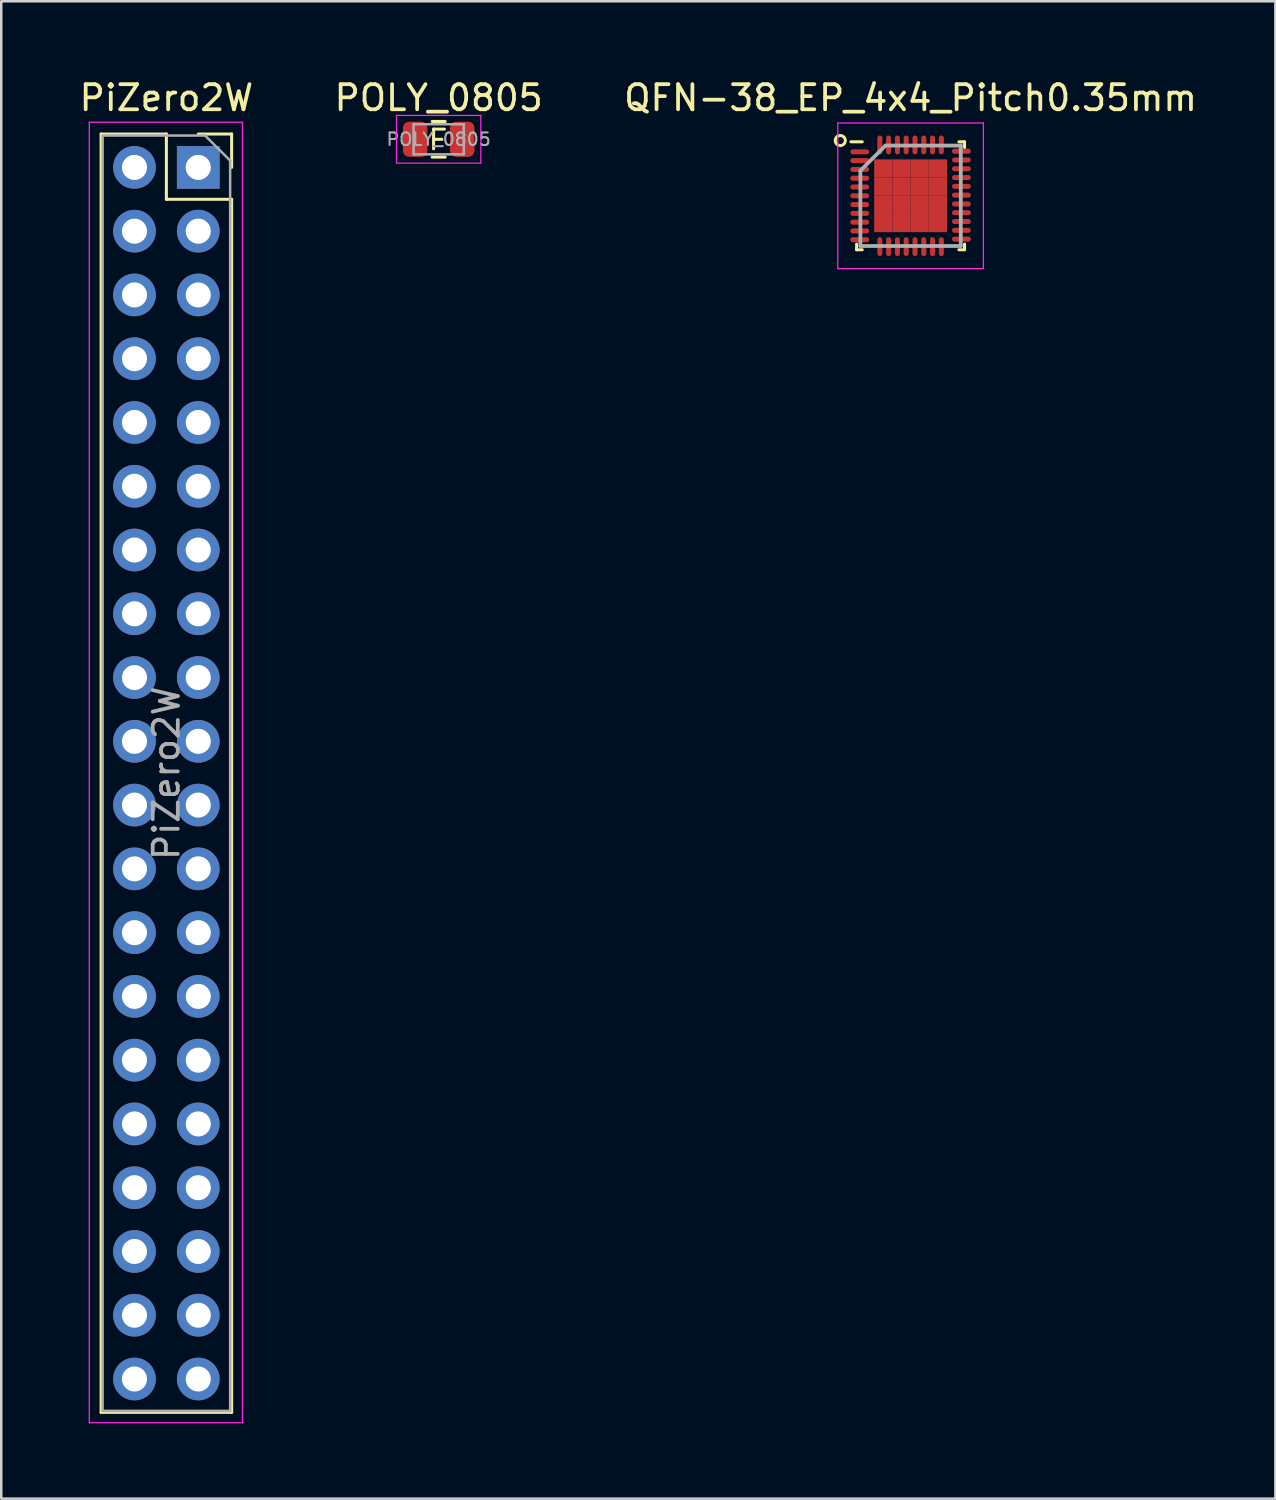
<source format=kicad_pcb>
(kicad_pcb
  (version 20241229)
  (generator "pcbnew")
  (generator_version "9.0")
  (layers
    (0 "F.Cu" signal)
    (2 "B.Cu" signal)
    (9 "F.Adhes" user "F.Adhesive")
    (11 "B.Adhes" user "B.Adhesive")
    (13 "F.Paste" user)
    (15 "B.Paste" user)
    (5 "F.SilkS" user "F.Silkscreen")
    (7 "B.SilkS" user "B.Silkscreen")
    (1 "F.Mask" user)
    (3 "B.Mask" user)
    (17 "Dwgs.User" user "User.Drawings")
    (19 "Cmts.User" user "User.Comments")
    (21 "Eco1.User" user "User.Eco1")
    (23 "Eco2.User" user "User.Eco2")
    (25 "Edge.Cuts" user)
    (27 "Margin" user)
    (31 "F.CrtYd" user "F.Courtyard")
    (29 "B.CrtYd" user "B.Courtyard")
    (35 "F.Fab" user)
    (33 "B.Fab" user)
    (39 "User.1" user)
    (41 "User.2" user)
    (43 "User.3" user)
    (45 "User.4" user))
  (footprint "PiZero2W"
    (layer "F.Cu")
    (at 4.847 3.618)
    (property "Reference" "PiZero2W" (at -1.27 -2.77 0) (layer "F.SilkS") (effects (font (size 1 1) (thickness 0.15))))
    (attr through_hole)
    (fp_line (start -3.87 -1.33) (end -3.87 49.59) (stroke (width 0.12) (type solid)) (layer "F.SilkS"))
    (fp_line (start -3.87 -1.33) (end -1.27 -1.33) (stroke (width 0.12) (type solid)) (layer "F.SilkS"))
    (fp_line (start -3.87 49.59) (end 1.33 49.59) (stroke (width 0.12) (type solid)) (layer "F.SilkS"))
    (fp_line (start -1.27 -1.33) (end -1.27 1.27) (stroke (width 0.12) (type solid)) (layer "F.SilkS"))
    (fp_line (start -1.27 1.27) (end 1.33 1.27) (stroke (width 0.12) (type solid)) (layer "F.SilkS"))
    (fp_line (start 0 -1.33) (end 1.33 -1.33) (stroke (width 0.12) (type solid)) (layer "F.SilkS"))
    (fp_line (start 1.33 -1.33) (end 1.33 0) (stroke (width 0.12) (type solid)) (layer "F.SilkS"))
    (fp_line (start 1.33 1.27) (end 1.33 49.59) (stroke (width 0.12) (type solid)) (layer "F.SilkS"))
    (fp_line (start -4.34 -1.8) (end 1.76 -1.8) (stroke (width 0.05) (type solid)) (layer "F.CrtYd"))
    (fp_line (start -4.34 50) (end -4.34 -1.8) (stroke (width 0.05) (type solid)) (layer "F.CrtYd"))
    (fp_line (start 1.76 -1.8) (end 1.76 50) (stroke (width 0.05) (type solid)) (layer "F.CrtYd"))
    (fp_line (start 1.76 50) (end -4.34 50) (stroke (width 0.05) (type solid)) (layer "F.CrtYd"))
    (fp_line (start -3.81 -1.27) (end 0.27 -1.27) (stroke (width 0.1) (type solid)) (layer "F.Fab"))
    (fp_line (start -3.81 49.53) (end -3.81 -1.27) (stroke (width 0.1) (type solid)) (layer "F.Fab"))
    (fp_line (start 0.27 -1.27) (end 1.27 -0.27) (stroke (width 0.1) (type solid)) (layer "F.Fab"))
    (fp_line (start 1.27 -0.27) (end 1.27 49.53) (stroke (width 0.1) (type solid)) (layer "F.Fab"))
    (fp_line (start 1.27 49.53) (end -3.81 49.53) (stroke (width 0.1) (type solid)) (layer "F.Fab"))
    (fp_text user "${REFERENCE}" (at -1.27 24.13 90) (layer "F.Fab") (effects (font (size 1 1) (thickness 0.15))))
    (pad "1" thru_hole rect (at 0 0) (size 1.7 1.7) (drill 1) (layers "*.Cu" "*.Mask"))
    (pad "2" thru_hole oval (at -2.54 0) (size 1.7 1.7) (drill 1) (layers "*.Cu" "*.Mask"))
    (pad "3" thru_hole oval (at 0 2.54) (size 1.7 1.7) (drill 1) (layers "*.Cu" "*.Mask"))
    (pad "4" thru_hole oval (at -2.54 2.54) (size 1.7 1.7) (drill 1) (layers "*.Cu" "*.Mask"))
    (pad "5" thru_hole oval (at 0 5.08) (size 1.7 1.7) (drill 1) (layers "*.Cu" "*.Mask"))
    (pad "6" thru_hole oval (at -2.54 5.08) (size 1.7 1.7) (drill 1) (layers "*.Cu" "*.Mask"))
    (pad "7" thru_hole oval (at 0 7.62) (size 1.7 1.7) (drill 1) (layers "*.Cu" "*.Mask"))
    (pad "8" thru_hole oval (at -2.54 7.62) (size 1.7 1.7) (drill 1) (layers "*.Cu" "*.Mask"))
    (pad "9" thru_hole oval (at 0 10.16) (size 1.7 1.7) (drill 1) (layers "*.Cu" "*.Mask"))
    (pad "10" thru_hole oval (at -2.54 10.16) (size 1.7 1.7) (drill 1) (layers "*.Cu" "*.Mask"))
    (pad "11" thru_hole oval (at 0 12.7) (size 1.7 1.7) (drill 1) (layers "*.Cu" "*.Mask"))
    (pad "12" thru_hole oval (at -2.54 12.7) (size 1.7 1.7) (drill 1) (layers "*.Cu" "*.Mask"))
    (pad "13" thru_hole oval (at 0 15.24) (size 1.7 1.7) (drill 1) (layers "*.Cu" "*.Mask"))
    (pad "14" thru_hole oval (at -2.54 15.24) (size 1.7 1.7) (drill 1) (layers "*.Cu" "*.Mask"))
    (pad "15" thru_hole oval (at 0 17.78) (size 1.7 1.7) (drill 1) (layers "*.Cu" "*.Mask"))
    (pad "16" thru_hole oval (at -2.54 17.78) (size 1.7 1.7) (drill 1) (layers "*.Cu" "*.Mask"))
    (pad "17" thru_hole oval (at 0 20.32) (size 1.7 1.7) (drill 1) (layers "*.Cu" "*.Mask"))
    (pad "18" thru_hole oval (at -2.54 20.32) (size 1.7 1.7) (drill 1) (layers "*.Cu" "*.Mask"))
    (pad "19" thru_hole oval (at 0 22.86) (size 1.7 1.7) (drill 1) (layers "*.Cu" "*.Mask"))
    (pad "20" thru_hole oval (at -2.54 22.86) (size 1.7 1.7) (drill 1) (layers "*.Cu" "*.Mask"))
    (pad "21" thru_hole oval (at 0 25.4) (size 1.7 1.7) (drill 1) (layers "*.Cu" "*.Mask"))
    (pad "22" thru_hole oval (at -2.54 25.4) (size 1.7 1.7) (drill 1) (layers "*.Cu" "*.Mask"))
    (pad "23" thru_hole oval (at 0 27.94) (size 1.7 1.7) (drill 1) (layers "*.Cu" "*.Mask"))
    (pad "24" thru_hole oval (at -2.54 27.94) (size 1.7 1.7) (drill 1) (layers "*.Cu" "*.Mask"))
    (pad "25" thru_hole oval (at 0 30.48) (size 1.7 1.7) (drill 1) (layers "*.Cu" "*.Mask"))
    (pad "26" thru_hole oval (at -2.54 30.48) (size 1.7 1.7) (drill 1) (layers "*.Cu" "*.Mask"))
    (pad "27" thru_hole oval (at 0 33.02) (size 1.7 1.7) (drill 1) (layers "*.Cu" "*.Mask"))
    (pad "28" thru_hole oval (at -2.54 33.02) (size 1.7 1.7) (drill 1) (layers "*.Cu" "*.Mask"))
    (pad "29" thru_hole oval (at 0 35.56) (size 1.7 1.7) (drill 1) (layers "*.Cu" "*.Mask"))
    (pad "30" thru_hole oval (at -2.54 35.56) (size 1.7 1.7) (drill 1) (layers "*.Cu" "*.Mask"))
    (pad "31" thru_hole oval (at 0 38.1) (size 1.7 1.7) (drill 1) (layers "*.Cu" "*.Mask"))
    (pad "32" thru_hole oval (at -2.54 38.1) (size 1.7 1.7) (drill 1) (layers "*.Cu" "*.Mask"))
    (pad "33" thru_hole oval (at 0 40.64) (size 1.7 1.7) (drill 1) (layers "*.Cu" "*.Mask"))
    (pad "34" thru_hole oval (at -2.54 40.64) (size 1.7 1.7) (drill 1) (layers "*.Cu" "*.Mask"))
    (pad "35" thru_hole oval (at 0 43.18) (size 1.7 1.7) (drill 1) (layers "*.Cu" "*.Mask"))
    (pad "36" thru_hole oval (at -2.54 43.18) (size 1.7 1.7) (drill 1) (layers "*.Cu" "*.Mask"))
    (pad "37" thru_hole oval (at 0 45.72) (size 1.7 1.7) (drill 1) (layers "*.Cu" "*.Mask"))
    (pad "38" thru_hole oval (at -2.54 45.72) (size 1.7 1.7) (drill 1) (layers "*.Cu" "*.Mask"))
    (pad "39" thru_hole oval (at 0 48.26) (size 1.7 1.7) (drill 1) (layers "*.Cu" "*.Mask"))
    (pad "40" thru_hole oval (at -2.54 48.26) (size 1.7 1.7) (drill 1) (layers "*.Cu" "*.Mask")))
  (footprint "QFN-38_EP_4x4_Pitch0.35mm"
    (layer "F.Cu")
    (at 33.22 4.748)
    (property "Reference" "QFN-38_EP_4x4_Pitch0.35mm" (at 0 -3.9 0) (layer "F.SilkS") (effects (font (size 1 1) (thickness 0.15))))
    (attr smd)
    (fp_line (start -2.15 2.15) (end -2.15 1.925) (stroke (width 0.12) (type solid)) (layer "F.SilkS"))
    (fp_line (start -1.925 -2.15) (end -2.375 -2.15) (stroke (width 0.12) (type solid)) (layer "F.SilkS"))
    (fp_line (start -1.925 2.15) (end -2.15 2.15) (stroke (width 0.12) (type solid)) (layer "F.SilkS"))
    (fp_line (start 1.925 -2.15) (end 2.15 -2.15) (stroke (width 0.12) (type solid)) (layer "F.SilkS"))
    (fp_line (start 1.925 2.15) (end 2.15 2.15) (stroke (width 0.12) (type solid)) (layer "F.SilkS"))
    (fp_line (start 2.15 -2.15) (end 2.15 -1.925) (stroke (width 0.12) (type solid)) (layer "F.SilkS"))
    (fp_line (start 2.15 2.15) (end 2.15 1.925) (stroke (width 0.12) (type solid)) (layer "F.SilkS"))
    (fp_circle (center -2.8 -2.2) (end -2.6 -2.2) (stroke (width 0.12) (type solid)) (fill no) (layer "F.SilkS"))
    (fp_line (start -2.9 -2.9) (end 2.9 -2.9) (stroke (width 0.05) (type solid)) (layer "F.CrtYd"))
    (fp_line (start -2.9 2.9) (end -2.9 -2.9) (stroke (width 0.05) (type solid)) (layer "F.CrtYd"))
    (fp_line (start 2.9 -2.9) (end 2.9 2.9) (stroke (width 0.05) (type solid)) (layer "F.CrtYd"))
    (fp_line (start 2.9 2.9) (end -2.9 2.9) (stroke (width 0.05) (type solid)) (layer "F.CrtYd"))
    (fp_line (start -2 -1) (end -2 2) (stroke (width 0.15) (type solid)) (layer "F.Fab"))
    (fp_line (start -2 2) (end 2 2) (stroke (width 0.15) (type solid)) (layer "F.Fab"))
    (fp_line (start -1 -2) (end -2 -1) (stroke (width 0.15) (type solid)) (layer "F.Fab"))
    (fp_line (start 2 -2) (end -1 -2) (stroke (width 0.15) (type solid)) (layer "F.Fab"))
    (fp_line (start 2 2) (end 2 -2) (stroke (width 0.15) (type solid)) (layer "F.Fab"))
    (pad "1" smd oval (at -2.025 -1.75 90) (size 0.2 0.75) (layers "F.Cu" "F.Mask" "F.Paste"))
    (pad "2" smd oval (at -2.025 -1.4 90) (size 0.2 0.75) (layers "F.Cu" "F.Mask" "F.Paste"))
    (pad "3" smd oval (at -2.025 -1.05 90) (size 0.2 0.75) (layers "F.Cu" "F.Mask" "F.Paste"))
    (pad "4" smd oval (at -2.025 -0.7 90) (size 0.2 0.75) (layers "F.Cu" "F.Mask" "F.Paste"))
    (pad "5" smd oval (at -2.025 -0.35 90) (size 0.2 0.75) (layers "F.Cu" "F.Mask" "F.Paste"))
    (pad "6" smd oval (at -2.025 0 90) (size 0.2 0.75) (layers "F.Cu" "F.Mask" "F.Paste"))
    (pad "7" smd oval (at -2.025 0.35 90) (size 0.2 0.75) (layers "F.Cu" "F.Mask" "F.Paste"))
    (pad "8" smd oval (at -2.025 0.7 90) (size 0.2 0.75) (layers "F.Cu" "F.Mask" "F.Paste"))
    (pad "9" smd oval (at -2.025 1.05 90) (size 0.2 0.75) (layers "F.Cu" "F.Mask" "F.Paste"))
    (pad "10" smd oval (at -2.025 1.4 90) (size 0.2 0.75) (layers "F.Cu" "F.Mask" "F.Paste"))
    (pad "11" smd oval (at -2.025 1.75 90) (size 0.2 0.75) (layers "F.Cu" "F.Mask" "F.Paste"))
    (pad "12" smd oval (at -1.225 2.025) (size 0.2 0.75) (layers "F.Cu" "F.Mask" "F.Paste"))
    (pad "13" smd oval (at -0.875 2.025) (size 0.2 0.75) (layers "F.Cu" "F.Mask" "F.Paste"))
    (pad "14" smd oval (at -0.525 2.025) (size 0.2 0.75) (layers "F.Cu" "F.Mask" "F.Paste"))
    (pad "15" smd oval (at -0.175 2.025) (size 0.2 0.75) (layers "F.Cu" "F.Mask" "F.Paste"))
    (pad "16" smd oval (at 0.175 2.025) (size 0.2 0.75) (layers "F.Cu" "F.Mask" "F.Paste"))
    (pad "17" smd oval (at 0.525 2.025) (size 0.2 0.75) (layers "F.Cu" "F.Mask" "F.Paste"))
    (pad "18" smd oval (at 0.875 2.025) (size 0.2 0.75) (layers "F.Cu" "F.Mask" "F.Paste"))
    (pad "19" smd oval (at 1.225 2.025) (size 0.2 0.75) (layers "F.Cu" "F.Mask" "F.Paste"))
    (pad "20" smd oval (at 2.025 1.725 90) (size 0.2 0.75) (layers "F.Cu" "F.Mask" "F.Paste"))
    (pad "21" smd oval (at 2.025 1.375 90) (size 0.2 0.75) (layers "F.Cu" "F.Mask" "F.Paste"))
    (pad "22" smd oval (at 2.025 1.025 90) (size 0.2 0.75) (layers "F.Cu" "F.Mask" "F.Paste"))
    (pad "23" smd oval (at 2.025 0.675 90) (size 0.2 0.75) (layers "F.Cu" "F.Mask" "F.Paste"))
    (pad "24" smd oval (at 2.025 0.325 90) (size 0.2 0.75) (layers "F.Cu" "F.Mask" "F.Paste"))
    (pad "25" smd oval (at 2.025 -0.025 90) (size 0.2 0.75) (layers "F.Cu" "F.Mask" "F.Paste"))
    (pad "26" smd oval (at 2.025 -0.375 90) (size 0.2 0.75) (layers "F.Cu" "F.Mask" "F.Paste"))
    (pad "27" smd oval (at 2.025 -0.725 90) (size 0.2 0.75) (layers "F.Cu" "F.Mask" "F.Paste"))
    (pad "28" smd oval (at 2.025 -1.075 90) (size 0.2 0.75) (layers "F.Cu" "F.Mask" "F.Paste"))
    (pad "29" smd oval (at 2.025 -1.425 90) (size 0.2 0.75) (layers "F.Cu" "F.Mask" "F.Paste"))
    (pad "30" smd oval (at 2.025 -1.775 90) (size 0.2 0.75) (layers "F.Cu" "F.Mask" "F.Paste"))
    (pad "31" smd oval (at 1.225 -2.025) (size 0.2 0.75) (layers "F.Cu" "F.Mask" "F.Paste"))
    (pad "32" smd oval (at 0.875 -2.025) (size 0.2 0.75) (layers "F.Cu" "F.Mask" "F.Paste"))
    (pad "33" smd oval (at 0.525 -2.025) (size 0.2 0.75) (layers "F.Cu" "F.Mask" "F.Paste"))
    (pad "34" smd oval (at 0.175 -2.025) (size 0.2 0.75) (layers "F.Cu" "F.Mask" "F.Paste"))
    (pad "35" smd oval (at -0.175 -2.025) (size 0.2 0.75) (layers "F.Cu" "F.Mask" "F.Paste"))
    (pad "36" smd oval (at -0.525 -2.025) (size 0.2 0.75) (layers "F.Cu" "F.Mask" "F.Paste"))
    (pad "37" smd oval (at -0.875 -2.025) (size 0.2 0.75) (layers "F.Cu" "F.Mask" "F.Paste"))
    (pad "38" smd oval (at -1.225 -2.025) (size 0.2 0.75) (layers "F.Cu" "F.Mask" "F.Paste"))
    (pad "39" smd rect (at -1.087 -1.087) (size 0.725 0.725) (layers "F.Cu" "F.Mask" "F.Paste"))
    (pad "39" smd rect (at -1.087 -0.362) (size 0.725 0.725) (layers "F.Cu" "F.Mask" "F.Paste"))
    (pad "39" smd rect (at -1.087 0.362) (size 0.725 0.725) (layers "F.Cu" "F.Mask" "F.Paste"))
    (pad "39" smd rect (at -1.087 1.087) (size 0.725 0.725) (layers "F.Cu" "F.Mask" "F.Paste"))
    (pad "39" smd rect (at -0.362 -1.087) (size 0.725 0.725) (layers "F.Cu" "F.Mask" "F.Paste"))
    (pad "39" smd rect (at -0.362 -0.362) (size 0.725 0.725) (layers "F.Cu" "F.Mask" "F.Paste"))
    (pad "39" smd rect (at -0.362 0.362) (size 0.725 0.725) (layers "F.Cu" "F.Mask" "F.Paste"))
    (pad "39" smd rect (at -0.362 1.087) (size 0.725 0.725) (layers "F.Cu" "F.Mask" "F.Paste"))
    (pad "39" smd rect (at 0.362 -1.087) (size 0.725 0.725) (layers "F.Cu" "F.Mask" "F.Paste"))
    (pad "39" smd rect (at 0.362 -0.362) (size 0.725 0.725) (layers "F.Cu" "F.Mask" "F.Paste"))
    (pad "39" smd rect (at 0.362 0.362) (size 0.725 0.725) (layers "F.Cu" "F.Mask" "F.Paste"))
    (pad "39" smd rect (at 0.362 1.087) (size 0.725 0.725) (layers "F.Cu" "F.Mask" "F.Paste"))
    (pad "39" smd rect (at 1.087 -1.087) (size 0.725 0.725) (layers "F.Cu" "F.Mask" "F.Paste"))
    (pad "39" smd rect (at 1.087 -0.362) (size 0.725 0.725) (layers "F.Cu" "F.Mask" "F.Paste"))
    (pad "39" smd rect (at 1.087 0.362) (size 0.725 0.725) (layers "F.Cu" "F.Mask" "F.Paste"))
    (pad "39" smd rect (at 1.087 1.087) (size 0.725 0.725) (layers "F.Cu" "F.Mask" "F.Paste")))
  (footprint "POLY_0805"
    (layer "F.Cu")
    (at 14.423 2.498)
    (property "Reference" "POLY_0805" (at 0 -1.65 0) (layer "F.SilkS") (effects (font (size 1 1) (thickness 0.15))))
    (attr smd)
    (fp_line (start -0.259 -0.71) (end 0.259 -0.71) (stroke (width 0.12) (type solid)) (layer "F.SilkS"))
    (fp_line (start -0.259 0.71) (end 0.259 0.71) (stroke (width 0.12) (type solid)) (layer "F.SilkS"))
    (fp_line (start -0.203 -0.406) (end 0.229 -0.406) (stroke (width 0.12) (type solid)) (layer "F.SilkS"))
    (fp_line (start -0.203 0) (end 0.127 0) (stroke (width 0.12) (type solid)) (layer "F.SilkS"))
    (fp_line (start -0.203 0.381) (end -0.203 -0.406) (stroke (width 0.12) (type solid)) (layer "F.SilkS"))
    (fp_line (start -1.68 -0.95) (end 1.68 -0.95) (stroke (width 0.05) (type solid)) (layer "F.CrtYd"))
    (fp_line (start -1.68 0.95) (end -1.68 -0.95) (stroke (width 0.05) (type solid)) (layer "F.CrtYd"))
    (fp_line (start 1.68 -0.95) (end 1.68 0.95) (stroke (width 0.05) (type solid)) (layer "F.CrtYd"))
    (fp_line (start 1.68 0.95) (end -1.68 0.95) (stroke (width 0.05) (type solid)) (layer "F.CrtYd"))
    (fp_line (start -1 -0.6) (end 1 -0.6) (stroke (width 0.1) (type solid)) (layer "F.Fab"))
    (fp_line (start -1 0.6) (end -1 -0.6) (stroke (width 0.1) (type solid)) (layer "F.Fab"))
    (fp_line (start 1 -0.6) (end 1 0.6) (stroke (width 0.1) (type solid)) (layer "F.Fab"))
    (fp_line (start 1 0.6) (end -1 0.6) (stroke (width 0.1) (type solid)) (layer "F.Fab"))
    (fp_text user "${REFERENCE}" (at 0 0 0) (layer "F.Fab") (effects (font (size 0.5 0.5) (thickness 0.08))))
    (pad "1" smd roundrect (at -0.938 0) (size 0.975 1.4) (layers "F.Cu" "F.Mask" "F.Paste") (roundrect_rratio 0.25))
    (pad "2" smd roundrect (at 0.938 0) (size 0.975 1.4) (layers "F.Cu" "F.Mask" "F.Paste") (roundrect_rratio 0.25)))
  (gr_rect
    (start -3 -3)
    (end 47.75 56.643)
    (stroke (width 0.1) (type default))
    (fill no)
    (layer "Edge.Cuts")))
</source>
